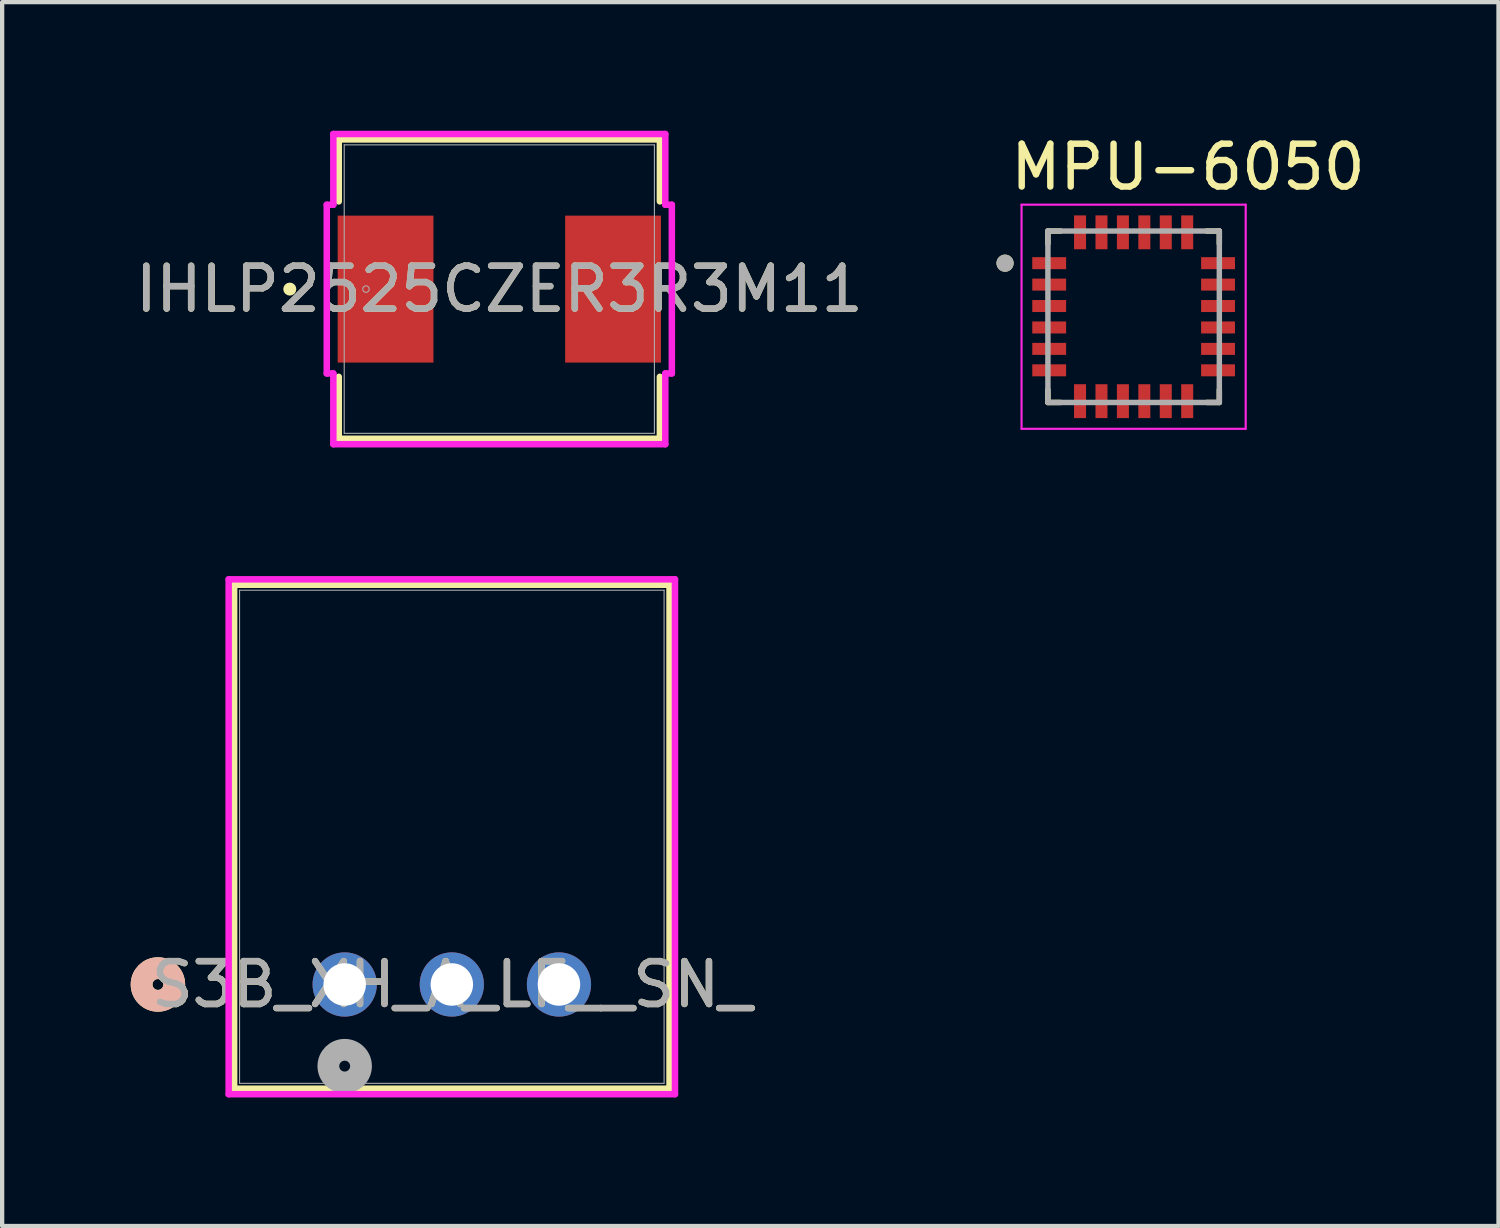
<source format=kicad_pcb>
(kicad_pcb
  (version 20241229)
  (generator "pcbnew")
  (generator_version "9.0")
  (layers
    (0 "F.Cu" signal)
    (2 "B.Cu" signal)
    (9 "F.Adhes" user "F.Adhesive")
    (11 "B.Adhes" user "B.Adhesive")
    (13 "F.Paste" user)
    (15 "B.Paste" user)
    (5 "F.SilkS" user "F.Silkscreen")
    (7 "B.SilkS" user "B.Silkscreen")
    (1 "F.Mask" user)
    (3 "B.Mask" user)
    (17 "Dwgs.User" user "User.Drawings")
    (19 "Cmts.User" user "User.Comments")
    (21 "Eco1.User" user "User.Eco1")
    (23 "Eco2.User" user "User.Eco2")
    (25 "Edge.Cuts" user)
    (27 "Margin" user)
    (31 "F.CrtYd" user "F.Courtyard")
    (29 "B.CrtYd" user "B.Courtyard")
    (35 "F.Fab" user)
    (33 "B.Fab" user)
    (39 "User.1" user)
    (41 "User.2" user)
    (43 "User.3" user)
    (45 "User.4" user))
  (footprint "S3B_XH_A_LF__SN_"
    (layer "F.Cu")
    (at 4.993 19.922)
    (property "Reference" "S3B_XH_A_LF__SN_" (at 2.5 0 0) (unlocked yes) (layer "F.SilkS") (effects (font (size 1 1) (thickness 0.15))))
    (attr through_hole)
    (fp_line (start -2.58 -9.327) (end -2.58 2.433) (stroke (width 0.152) (type solid)) (layer "F.SilkS"))
    (fp_line (start -2.58 2.433) (end 7.58 2.433) (stroke (width 0.152) (type solid)) (layer "F.SilkS"))
    (fp_line (start 7.58 -9.327) (end -2.58 -9.327) (stroke (width 0.152) (type solid)) (layer "F.SilkS"))
    (fp_line (start 7.58 2.433) (end 7.58 -9.327) (stroke (width 0.152) (type solid)) (layer "F.SilkS"))
    (fp_circle (center -4.358 0) (end -3.977 0) (stroke (width 0.508) (type solid)) (fill no) (layer "F.SilkS"))
    (fp_circle (center -4.358 0) (end -3.977 0) (stroke (width 0.508) (type solid)) (fill no) (layer "B.SilkS"))
    (fp_line (start -2.707 -9.454) (end -2.707 2.56) (stroke (width 0.152) (type solid)) (layer "F.CrtYd"))
    (fp_line (start -2.707 2.56) (end 7.707 2.56) (stroke (width 0.152) (type solid)) (layer "F.CrtYd"))
    (fp_line (start 7.707 -9.454) (end -2.707 -9.454) (stroke (width 0.152) (type solid)) (layer "F.CrtYd"))
    (fp_line (start 7.707 2.56) (end 7.707 -9.454) (stroke (width 0.152) (type solid)) (layer "F.CrtYd"))
    (fp_line (start -2.453 -9.2) (end -2.453 2.306) (stroke (width 0.025) (type solid)) (layer "F.Fab"))
    (fp_line (start -2.453 2.306) (end 7.453 2.306) (stroke (width 0.025) (type solid)) (layer "F.Fab"))
    (fp_line (start 7.453 -9.2) (end -2.453 -9.2) (stroke (width 0.025) (type solid)) (layer "F.Fab"))
    (fp_line (start 7.453 2.306) (end 7.453 -9.2) (stroke (width 0.025) (type solid)) (layer "F.Fab"))
    (fp_circle (center 0 1.905) (end 0.381 1.905) (stroke (width 0.508) (type solid)) (fill no) (layer "F.Fab"))
    (fp_text user "${REFERENCE}" (at 2.5 0 0) (unlocked yes) (layer "F.Fab") (effects (font (size 1 1) (thickness 0.15))))
    (pad "1" thru_hole circle (at 0 0) (size 1.499 1.499) (drill 0.991) (layers "*.Cu" "*.Mask"))
    (pad "2" thru_hole circle (at 2.5 0) (size 1.499 1.499) (drill 0.991) (layers "*.Cu" "*.Mask"))
    (pad "3" thru_hole circle (at 5 0) (size 1.499 1.499) (drill 0.991) (layers "*.Cu" "*.Mask")))
  (footprint "MPU-6050"
    (layer "F.Cu")
    (at 23.402 4.341)
    (property "Reference" "MPU-6050" (at 1.27 -3.493 0) (layer "F.SilkS") (effects (font (size 1 1) (thickness 0.15))))
    (attr smd)
    (fp_line (start -2 -2) (end -2 -1.705) (stroke (width 0.127) (type solid)) (layer "F.SilkS"))
    (fp_line (start -2 -2) (end -1.705 -2) (stroke (width 0.127) (type solid)) (layer "F.SilkS"))
    (fp_line (start -2 2) (end -2 1.705) (stroke (width 0.127) (type solid)) (layer "F.SilkS"))
    (fp_line (start -2 2) (end -1.705 2) (stroke (width 0.127) (type solid)) (layer "F.SilkS"))
    (fp_line (start 2 -2) (end 1.705 -2) (stroke (width 0.127) (type solid)) (layer "F.SilkS"))
    (fp_line (start 2 -2) (end 2 -1.705) (stroke (width 0.127) (type solid)) (layer "F.SilkS"))
    (fp_line (start 2 2) (end 1.705 2) (stroke (width 0.127) (type solid)) (layer "F.SilkS"))
    (fp_line (start 2 2) (end 2 1.705) (stroke (width 0.127) (type solid)) (layer "F.SilkS"))
    (fp_circle (center -3 -1.25) (end -2.9 -1.25) (stroke (width 0.2) (type solid)) (fill no) (layer "F.SilkS"))
    (fp_line (start -2.615 -2.615) (end 2.615 -2.615) (stroke (width 0.05) (type solid)) (layer "F.CrtYd"))
    (fp_line (start -2.615 2.615) (end -2.615 -2.615) (stroke (width 0.05) (type solid)) (layer "F.CrtYd"))
    (fp_line (start 2.615 -2.615) (end 2.615 2.615) (stroke (width 0.05) (type solid)) (layer "F.CrtYd"))
    (fp_line (start 2.615 2.615) (end -2.615 2.615) (stroke (width 0.05) (type solid)) (layer "F.CrtYd"))
    (fp_line (start -2 -2) (end 2 -2) (stroke (width 0.127) (type solid)) (layer "F.Fab"))
    (fp_line (start -2 2) (end -2 -2) (stroke (width 0.127) (type solid)) (layer "F.Fab"))
    (fp_line (start 2 -2) (end 2 2) (stroke (width 0.127) (type solid)) (layer "F.Fab"))
    (fp_line (start 2 2) (end -2 2) (stroke (width 0.127) (type solid)) (layer "F.Fab"))
    (fp_circle (center -3 -1.25) (end -2.9 -1.25) (stroke (width 0.2) (type solid)) (fill no) (layer "F.Fab"))
    (pad "1" smd rect (at -1.97 -1.25) (size 0.79 0.28) (layers "F.Cu" "F.Mask" "F.Paste"))
    (pad "2" smd rect (at -1.97 -0.75) (size 0.79 0.28) (layers "F.Cu" "F.Mask" "F.Paste"))
    (pad "3" smd rect (at -1.97 -0.25) (size 0.79 0.28) (layers "F.Cu" "F.Mask" "F.Paste"))
    (pad "4" smd rect (at -1.97 0.25) (size 0.79 0.28) (layers "F.Cu" "F.Mask" "F.Paste"))
    (pad "5" smd rect (at -1.97 0.75) (size 0.79 0.28) (layers "F.Cu" "F.Mask" "F.Paste"))
    (pad "6" smd rect (at -1.97 1.25) (size 0.79 0.28) (layers "F.Cu" "F.Mask" "F.Paste"))
    (pad "7" smd rect (at -1.25 1.97) (size 0.28 0.79) (layers "F.Cu" "F.Mask" "F.Paste"))
    (pad "8" smd rect (at -0.75 1.97) (size 0.28 0.79) (layers "F.Cu" "F.Mask" "F.Paste"))
    (pad "9" smd rect (at -0.25 1.97) (size 0.28 0.79) (layers "F.Cu" "F.Mask" "F.Paste"))
    (pad "10" smd rect (at 0.25 1.97) (size 0.28 0.79) (layers "F.Cu" "F.Mask" "F.Paste"))
    (pad "11" smd rect (at 0.75 1.97) (size 0.28 0.79) (layers "F.Cu" "F.Mask" "F.Paste"))
    (pad "12" smd rect (at 1.25 1.97) (size 0.28 0.79) (layers "F.Cu" "F.Mask" "F.Paste"))
    (pad "13" smd rect (at 1.97 1.25) (size 0.79 0.28) (layers "F.Cu" "F.Mask" "F.Paste"))
    (pad "14" smd rect (at 1.97 0.75) (size 0.79 0.28) (layers "F.Cu" "F.Mask" "F.Paste"))
    (pad "15" smd rect (at 1.97 0.25) (size 0.79 0.28) (layers "F.Cu" "F.Mask" "F.Paste"))
    (pad "16" smd rect (at 1.97 -0.25) (size 0.79 0.28) (layers "F.Cu" "F.Mask" "F.Paste"))
    (pad "17" smd rect (at 1.97 -0.75) (size 0.79 0.28) (layers "F.Cu" "F.Mask" "F.Paste"))
    (pad "18" smd rect (at 1.97 -1.25) (size 0.79 0.28) (layers "F.Cu" "F.Mask" "F.Paste"))
    (pad "19" smd rect (at 1.25 -1.97) (size 0.28 0.79) (layers "F.Cu" "F.Mask" "F.Paste"))
    (pad "20" smd rect (at 0.75 -1.97) (size 0.28 0.79) (layers "F.Cu" "F.Mask" "F.Paste"))
    (pad "21" smd rect (at 0.25 -1.97) (size 0.28 0.79) (layers "F.Cu" "F.Mask" "F.Paste"))
    (pad "22" smd rect (at -0.25 -1.97) (size 0.28 0.79) (layers "F.Cu" "F.Mask" "F.Paste"))
    (pad "23" smd rect (at -0.75 -1.97) (size 0.28 0.79) (layers "F.Cu" "F.Mask" "F.Paste"))
    (pad "24" smd rect (at -1.25 -1.97) (size 0.28 0.79) (layers "F.Cu" "F.Mask" "F.Paste"))
    (zone (net_name "") (layer "F.Cu") (hatch full 0.508) (connect_pads) (min_thickness 0.01) (filled_areas_thickness no) (keepout (tracks not_allowed) (vias not_allowed) (pads not_allowed) (copperpour not_allowed) (footprints allowed)) (placement (enabled no)) (fill) (polygon (pts (xy 22.052 3.041) (xy 24.752 3.041) (xy 24.752 5.641) (xy 22.052 5.641))))
    (zone (net_name "") (layers "F.Cu" "B.Cu") (hatch full 0.508) (connect_pads) (min_thickness 0.01) (filled_areas_thickness no) (keepout (tracks allowed) (vias not_allowed) (pads allowed) (copperpour allowed) (footprints allowed)) (placement (enabled no)) (fill) (polygon (pts (xy 22.052 3.041) (xy 24.752 3.041) (xy 24.752 5.641) (xy 22.052 5.641)))))
  (footprint "IHLP2525CZER3R3M11"
    (layer "F.Cu")
    (at 8.601 3.696)
    (property "Reference" "IHLP2525CZER3R3M11" (at 0 0 0) (unlocked yes) (layer "F.SilkS") (effects (font (size 1 1) (thickness 0.15))))
    (attr smd)
    (fp_line (start -3.747 -3.493) (end -3.747 -2.047) (stroke (width 0.152) (type solid)) (layer "F.SilkS"))
    (fp_line (start -3.747 2.047) (end -3.747 3.493) (stroke (width 0.152) (type solid)) (layer "F.SilkS"))
    (fp_line (start -3.747 3.493) (end 3.747 3.493) (stroke (width 0.152) (type solid)) (layer "F.SilkS"))
    (fp_line (start 3.747 -3.493) (end -3.747 -3.493) (stroke (width 0.152) (type solid)) (layer "F.SilkS"))
    (fp_line (start 3.747 -2.047) (end 3.747 -3.493) (stroke (width 0.152) (type solid)) (layer "F.SilkS"))
    (fp_line (start 3.747 3.493) (end 3.747 2.047) (stroke (width 0.152) (type solid)) (layer "F.SilkS"))
    (fp_circle (center -4.889 0) (end -4.813 0) (stroke (width 0.152) (type solid)) (fill no) (layer "F.SilkS"))
    (fp_line (start -4.026 -1.968) (end -3.873 -1.968) (stroke (width 0.152) (type solid)) (layer "F.CrtYd"))
    (fp_line (start -4.026 1.968) (end -4.026 -1.968) (stroke (width 0.152) (type solid)) (layer "F.CrtYd"))
    (fp_line (start -3.873 -3.619) (end 3.873 -3.619) (stroke (width 0.152) (type solid)) (layer "F.CrtYd"))
    (fp_line (start -3.873 -1.968) (end -3.873 -3.619) (stroke (width 0.152) (type solid)) (layer "F.CrtYd"))
    (fp_line (start -3.873 1.968) (end -4.026 1.968) (stroke (width 0.152) (type solid)) (layer "F.CrtYd"))
    (fp_line (start -3.873 3.619) (end -3.873 1.968) (stroke (width 0.152) (type solid)) (layer "F.CrtYd"))
    (fp_line (start 3.873 -3.619) (end 3.873 -1.968) (stroke (width 0.152) (type solid)) (layer "F.CrtYd"))
    (fp_line (start 3.873 -1.968) (end 4.026 -1.968) (stroke (width 0.152) (type solid)) (layer "F.CrtYd"))
    (fp_line (start 3.873 1.968) (end 3.873 3.619) (stroke (width 0.152) (type solid)) (layer "F.CrtYd"))
    (fp_line (start 3.873 3.619) (end -3.873 3.619) (stroke (width 0.152) (type solid)) (layer "F.CrtYd"))
    (fp_line (start 4.026 -1.968) (end 4.026 1.968) (stroke (width 0.152) (type solid)) (layer "F.CrtYd"))
    (fp_line (start 4.026 1.968) (end 3.873 1.968) (stroke (width 0.152) (type solid)) (layer "F.CrtYd"))
    (fp_line (start -3.619 -3.365) (end -3.619 3.365) (stroke (width 0.025) (type solid)) (layer "F.Fab"))
    (fp_line (start -3.619 3.365) (end 3.619 3.365) (stroke (width 0.025) (type solid)) (layer "F.Fab"))
    (fp_line (start 3.619 -3.365) (end -3.619 -3.365) (stroke (width 0.025) (type solid)) (layer "F.Fab"))
    (fp_line (start 3.619 3.365) (end 3.619 -3.365) (stroke (width 0.025) (type solid)) (layer "F.Fab"))
    (fp_circle (center -3.111 0) (end -3.035 0) (stroke (width 0.025) (type solid)) (fill no) (layer "F.Fab"))
    (fp_text user "${REFERENCE}" (at 0 0 0) (unlocked yes) (layer "F.Fab") (effects (font (size 1 1) (thickness 0.15))))
    (pad "1" smd rect (at -2.654 0 90) (size 3.429 2.235) (layers "F.Cu" "F.Mask" "F.Paste"))
    (pad "2" smd rect (at 2.654 0 90) (size 3.429 2.235) (layers "F.Cu" "F.Mask" "F.Paste"))
    (zone (net_name "") (layer "F.Cu") (hatch full 0.508) (connect_pads) (min_thickness 0.254) (filled_areas_thickness no) (keepout (tracks not_allowed) (vias not_allowed) (pads allowed) (copperpour not_allowed) (footprints allowed)) (placement (enabled no)) (fill) (polygon (pts (xy 5.032 0.381) (xy 12.17 0.381) (xy 12.17 1.93) (xy 5.032 1.93))))
    (zone (net_name "") (layer "F.Cu") (hatch full 0.508) (connect_pads) (min_thickness 0.254) (filled_areas_thickness no) (keepout (tracks not_allowed) (vias not_allowed) (pads allowed) (copperpour not_allowed) (footprints allowed)) (placement (enabled no)) (fill) (polygon (pts (xy 5.032 5.461) (xy 12.17 5.461) (xy 12.17 7.01) (xy 5.032 7.01))))
    (zone (net_name "") (layer "F.Cu") (hatch full 0.508) (connect_pads) (min_thickness 0.254) (filled_areas_thickness no) (keepout (tracks not_allowed) (vias not_allowed) (pads allowed) (copperpour not_allowed) (footprints allowed)) (placement (enabled no)) (fill) (polygon (pts (xy 7.115 1.93) (xy 10.087 1.93) (xy 10.087 5.461) (xy 7.115 5.461)))))
  (gr_rect
    (start -3 -3)
    (end 31.916 25.558)
    (stroke (width 0.1) (type default))
    (fill no)
    (layer "Edge.Cuts")))
</source>
